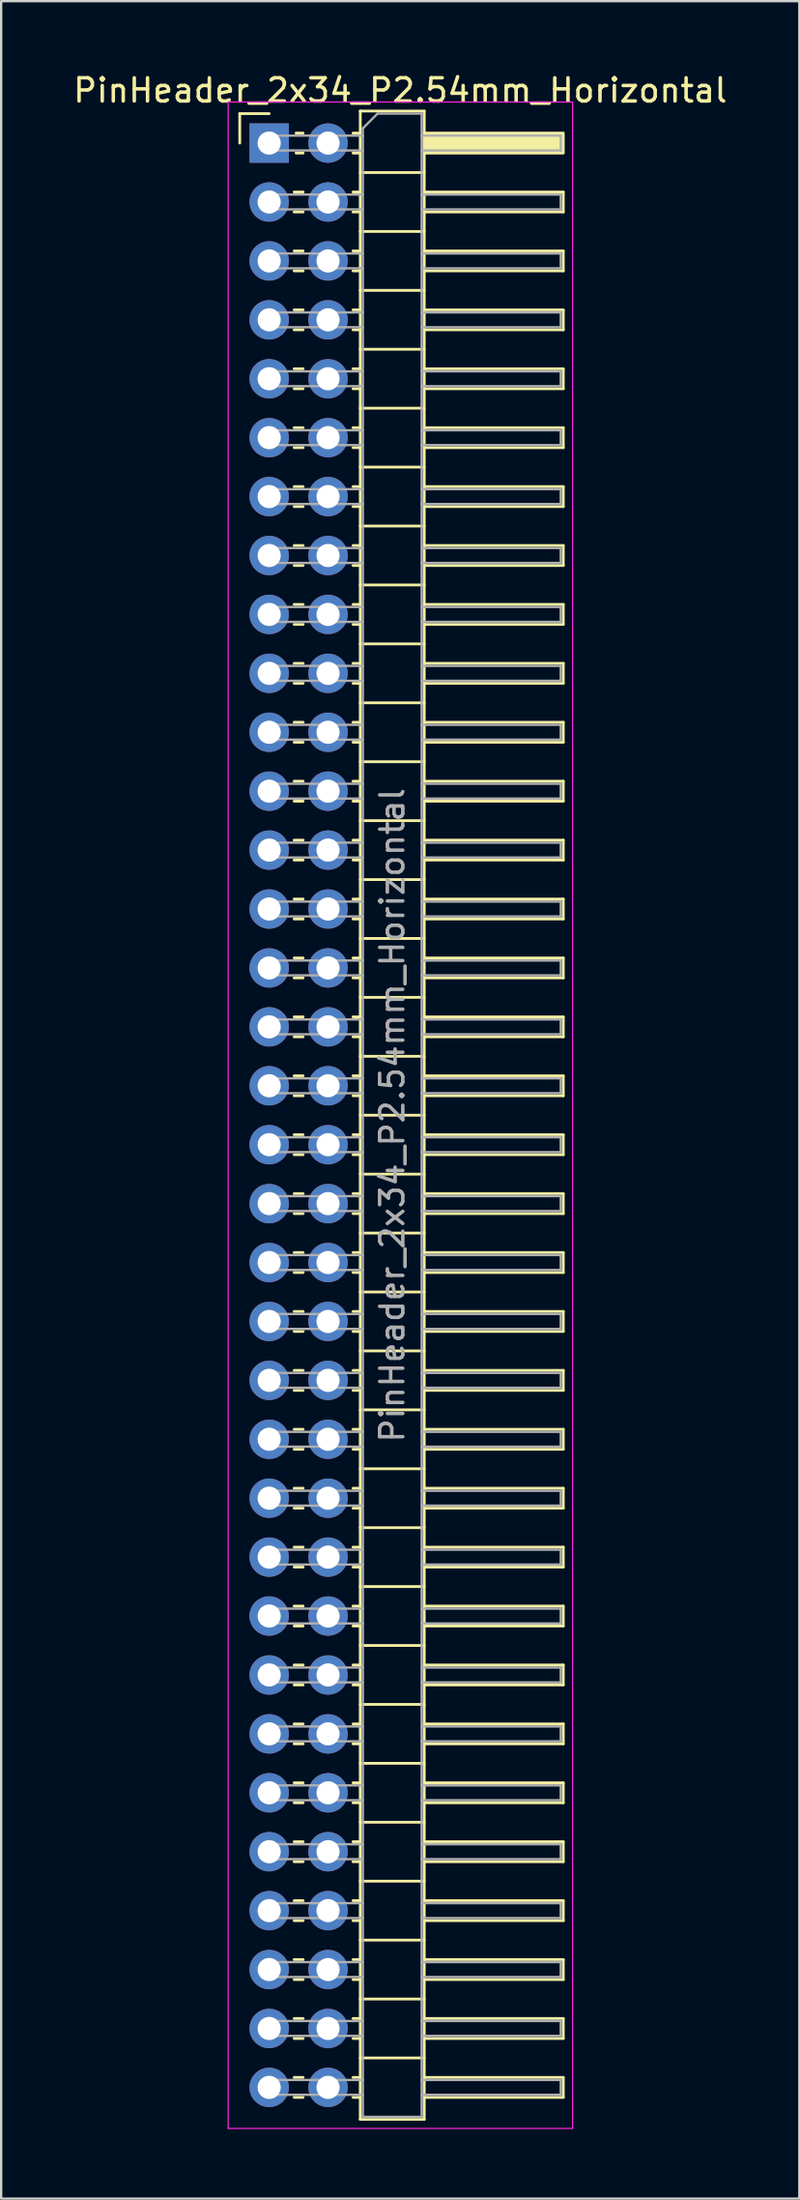
<source format=kicad_pcb>
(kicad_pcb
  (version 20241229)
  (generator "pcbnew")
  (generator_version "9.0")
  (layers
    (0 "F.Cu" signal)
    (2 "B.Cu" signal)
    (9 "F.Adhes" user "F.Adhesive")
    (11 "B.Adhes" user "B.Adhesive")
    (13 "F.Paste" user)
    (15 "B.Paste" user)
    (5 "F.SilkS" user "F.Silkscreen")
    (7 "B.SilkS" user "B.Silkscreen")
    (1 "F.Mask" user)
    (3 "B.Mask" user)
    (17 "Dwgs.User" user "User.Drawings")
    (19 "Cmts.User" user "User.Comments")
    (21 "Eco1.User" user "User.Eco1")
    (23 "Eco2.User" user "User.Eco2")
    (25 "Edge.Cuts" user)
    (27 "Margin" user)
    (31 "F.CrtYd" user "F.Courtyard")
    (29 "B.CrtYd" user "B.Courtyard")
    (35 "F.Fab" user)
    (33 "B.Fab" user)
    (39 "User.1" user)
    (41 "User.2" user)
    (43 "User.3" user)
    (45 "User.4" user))
  (footprint "PinHeader_2x34_P2.54mm_Horizontal"
    (layer "F.Cu")
    (at 8.565 3.118)
    (property "Reference" "PinHeader_2x34_P2.54mm_Horizontal" (at 5.655 -2.27 0) (layer "F.SilkS") (effects (font (size 1 1) (thickness 0.15))))
    (attr through_hole)
    (fp_line (start -1.27 -1.27) (end 0 -1.27) (stroke (width 0.12) (type solid)) (layer "F.SilkS"))
    (fp_line (start -1.27 0) (end -1.27 -1.27) (stroke (width 0.12) (type solid)) (layer "F.SilkS"))
    (fp_line (start 1.077 2.11) (end 1.463 2.11) (stroke (width 0.12) (type solid)) (layer "F.SilkS"))
    (fp_line (start 1.077 2.97) (end 1.463 2.97) (stroke (width 0.12) (type solid)) (layer "F.SilkS"))
    (fp_line (start 1.077 4.65) (end 1.463 4.65) (stroke (width 0.12) (type solid)) (layer "F.SilkS"))
    (fp_line (start 1.077 5.51) (end 1.463 5.51) (stroke (width 0.12) (type solid)) (layer "F.SilkS"))
    (fp_line (start 1.077 7.19) (end 1.463 7.19) (stroke (width 0.12) (type solid)) (layer "F.SilkS"))
    (fp_line (start 1.077 8.05) (end 1.463 8.05) (stroke (width 0.12) (type solid)) (layer "F.SilkS"))
    (fp_line (start 1.077 9.73) (end 1.463 9.73) (stroke (width 0.12) (type solid)) (layer "F.SilkS"))
    (fp_line (start 1.077 10.59) (end 1.463 10.59) (stroke (width 0.12) (type solid)) (layer "F.SilkS"))
    (fp_line (start 1.077 12.27) (end 1.463 12.27) (stroke (width 0.12) (type solid)) (layer "F.SilkS"))
    (fp_line (start 1.077 13.13) (end 1.463 13.13) (stroke (width 0.12) (type solid)) (layer "F.SilkS"))
    (fp_line (start 1.077 14.81) (end 1.463 14.81) (stroke (width 0.12) (type solid)) (layer "F.SilkS"))
    (fp_line (start 1.077 15.67) (end 1.463 15.67) (stroke (width 0.12) (type solid)) (layer "F.SilkS"))
    (fp_line (start 1.077 17.35) (end 1.463 17.35) (stroke (width 0.12) (type solid)) (layer "F.SilkS"))
    (fp_line (start 1.077 18.21) (end 1.463 18.21) (stroke (width 0.12) (type solid)) (layer "F.SilkS"))
    (fp_line (start 1.077 19.89) (end 1.463 19.89) (stroke (width 0.12) (type solid)) (layer "F.SilkS"))
    (fp_line (start 1.077 20.75) (end 1.463 20.75) (stroke (width 0.12) (type solid)) (layer "F.SilkS"))
    (fp_line (start 1.077 22.43) (end 1.463 22.43) (stroke (width 0.12) (type solid)) (layer "F.SilkS"))
    (fp_line (start 1.077 23.29) (end 1.463 23.29) (stroke (width 0.12) (type solid)) (layer "F.SilkS"))
    (fp_line (start 1.077 24.97) (end 1.463 24.97) (stroke (width 0.12) (type solid)) (layer "F.SilkS"))
    (fp_line (start 1.077 25.83) (end 1.463 25.83) (stroke (width 0.12) (type solid)) (layer "F.SilkS"))
    (fp_line (start 1.077 27.51) (end 1.463 27.51) (stroke (width 0.12) (type solid)) (layer "F.SilkS"))
    (fp_line (start 1.077 28.37) (end 1.463 28.37) (stroke (width 0.12) (type solid)) (layer "F.SilkS"))
    (fp_line (start 1.077 30.05) (end 1.463 30.05) (stroke (width 0.12) (type solid)) (layer "F.SilkS"))
    (fp_line (start 1.077 30.91) (end 1.463 30.91) (stroke (width 0.12) (type solid)) (layer "F.SilkS"))
    (fp_line (start 1.077 32.59) (end 1.463 32.59) (stroke (width 0.12) (type solid)) (layer "F.SilkS"))
    (fp_line (start 1.077 33.45) (end 1.463 33.45) (stroke (width 0.12) (type solid)) (layer "F.SilkS"))
    (fp_line (start 1.077 35.13) (end 1.463 35.13) (stroke (width 0.12) (type solid)) (layer "F.SilkS"))
    (fp_line (start 1.077 35.99) (end 1.463 35.99) (stroke (width 0.12) (type solid)) (layer "F.SilkS"))
    (fp_line (start 1.077 37.67) (end 1.463 37.67) (stroke (width 0.12) (type solid)) (layer "F.SilkS"))
    (fp_line (start 1.077 38.53) (end 1.463 38.53) (stroke (width 0.12) (type solid)) (layer "F.SilkS"))
    (fp_line (start 1.077 40.21) (end 1.463 40.21) (stroke (width 0.12) (type solid)) (layer "F.SilkS"))
    (fp_line (start 1.077 41.07) (end 1.463 41.07) (stroke (width 0.12) (type solid)) (layer "F.SilkS"))
    (fp_line (start 1.077 42.75) (end 1.463 42.75) (stroke (width 0.12) (type solid)) (layer "F.SilkS"))
    (fp_line (start 1.077 43.61) (end 1.463 43.61) (stroke (width 0.12) (type solid)) (layer "F.SilkS"))
    (fp_line (start 1.077 45.29) (end 1.463 45.29) (stroke (width 0.12) (type solid)) (layer "F.SilkS"))
    (fp_line (start 1.077 46.15) (end 1.463 46.15) (stroke (width 0.12) (type solid)) (layer "F.SilkS"))
    (fp_line (start 1.077 47.83) (end 1.463 47.83) (stroke (width 0.12) (type solid)) (layer "F.SilkS"))
    (fp_line (start 1.077 48.69) (end 1.463 48.69) (stroke (width 0.12) (type solid)) (layer "F.SilkS"))
    (fp_line (start 1.077 50.37) (end 1.463 50.37) (stroke (width 0.12) (type solid)) (layer "F.SilkS"))
    (fp_line (start 1.077 51.23) (end 1.463 51.23) (stroke (width 0.12) (type solid)) (layer "F.SilkS"))
    (fp_line (start 1.077 52.91) (end 1.463 52.91) (stroke (width 0.12) (type solid)) (layer "F.SilkS"))
    (fp_line (start 1.077 53.77) (end 1.463 53.77) (stroke (width 0.12) (type solid)) (layer "F.SilkS"))
    (fp_line (start 1.077 55.45) (end 1.463 55.45) (stroke (width 0.12) (type solid)) (layer "F.SilkS"))
    (fp_line (start 1.077 56.31) (end 1.463 56.31) (stroke (width 0.12) (type solid)) (layer "F.SilkS"))
    (fp_line (start 1.077 57.99) (end 1.463 57.99) (stroke (width 0.12) (type solid)) (layer "F.SilkS"))
    (fp_line (start 1.077 58.85) (end 1.463 58.85) (stroke (width 0.12) (type solid)) (layer "F.SilkS"))
    (fp_line (start 1.077 60.53) (end 1.463 60.53) (stroke (width 0.12) (type solid)) (layer "F.SilkS"))
    (fp_line (start 1.077 61.39) (end 1.463 61.39) (stroke (width 0.12) (type solid)) (layer "F.SilkS"))
    (fp_line (start 1.077 63.07) (end 1.463 63.07) (stroke (width 0.12) (type solid)) (layer "F.SilkS"))
    (fp_line (start 1.077 63.93) (end 1.463 63.93) (stroke (width 0.12) (type solid)) (layer "F.SilkS"))
    (fp_line (start 1.077 65.61) (end 1.463 65.61) (stroke (width 0.12) (type solid)) (layer "F.SilkS"))
    (fp_line (start 1.077 66.47) (end 1.463 66.47) (stroke (width 0.12) (type solid)) (layer "F.SilkS"))
    (fp_line (start 1.077 68.15) (end 1.463 68.15) (stroke (width 0.12) (type solid)) (layer "F.SilkS"))
    (fp_line (start 1.077 69.01) (end 1.463 69.01) (stroke (width 0.12) (type solid)) (layer "F.SilkS"))
    (fp_line (start 1.077 70.69) (end 1.463 70.69) (stroke (width 0.12) (type solid)) (layer "F.SilkS"))
    (fp_line (start 1.077 71.55) (end 1.463 71.55) (stroke (width 0.12) (type solid)) (layer "F.SilkS"))
    (fp_line (start 1.077 73.23) (end 1.463 73.23) (stroke (width 0.12) (type solid)) (layer "F.SilkS"))
    (fp_line (start 1.077 74.09) (end 1.463 74.09) (stroke (width 0.12) (type solid)) (layer "F.SilkS"))
    (fp_line (start 1.077 75.77) (end 1.463 75.77) (stroke (width 0.12) (type solid)) (layer "F.SilkS"))
    (fp_line (start 1.077 76.63) (end 1.463 76.63) (stroke (width 0.12) (type solid)) (layer "F.SilkS"))
    (fp_line (start 1.077 78.31) (end 1.463 78.31) (stroke (width 0.12) (type solid)) (layer "F.SilkS"))
    (fp_line (start 1.077 79.17) (end 1.463 79.17) (stroke (width 0.12) (type solid)) (layer "F.SilkS"))
    (fp_line (start 1.077 80.85) (end 1.463 80.85) (stroke (width 0.12) (type solid)) (layer "F.SilkS"))
    (fp_line (start 1.077 81.71) (end 1.463 81.71) (stroke (width 0.12) (type solid)) (layer "F.SilkS"))
    (fp_line (start 1.077 83.39) (end 1.463 83.39) (stroke (width 0.12) (type solid)) (layer "F.SilkS"))
    (fp_line (start 1.077 84.25) (end 1.463 84.25) (stroke (width 0.12) (type solid)) (layer "F.SilkS"))
    (fp_line (start 1.16 -0.43) (end 1.463 -0.43) (stroke (width 0.12) (type solid)) (layer "F.SilkS"))
    (fp_line (start 1.16 0.43) (end 1.463 0.43) (stroke (width 0.12) (type solid)) (layer "F.SilkS"))
    (fp_line (start 3.617 -0.43) (end 3.93 -0.43) (stroke (width 0.12) (type solid)) (layer "F.SilkS"))
    (fp_line (start 3.617 0.43) (end 3.93 0.43) (stroke (width 0.12) (type solid)) (layer "F.SilkS"))
    (fp_line (start 3.617 2.11) (end 3.93 2.11) (stroke (width 0.12) (type solid)) (layer "F.SilkS"))
    (fp_line (start 3.617 2.97) (end 3.93 2.97) (stroke (width 0.12) (type solid)) (layer "F.SilkS"))
    (fp_line (start 3.617 4.65) (end 3.93 4.65) (stroke (width 0.12) (type solid)) (layer "F.SilkS"))
    (fp_line (start 3.617 5.51) (end 3.93 5.51) (stroke (width 0.12) (type solid)) (layer "F.SilkS"))
    (fp_line (start 3.617 7.19) (end 3.93 7.19) (stroke (width 0.12) (type solid)) (layer "F.SilkS"))
    (fp_line (start 3.617 8.05) (end 3.93 8.05) (stroke (width 0.12) (type solid)) (layer "F.SilkS"))
    (fp_line (start 3.617 9.73) (end 3.93 9.73) (stroke (width 0.12) (type solid)) (layer "F.SilkS"))
    (fp_line (start 3.617 10.59) (end 3.93 10.59) (stroke (width 0.12) (type solid)) (layer "F.SilkS"))
    (fp_line (start 3.617 12.27) (end 3.93 12.27) (stroke (width 0.12) (type solid)) (layer "F.SilkS"))
    (fp_line (start 3.617 13.13) (end 3.93 13.13) (stroke (width 0.12) (type solid)) (layer "F.SilkS"))
    (fp_line (start 3.617 14.81) (end 3.93 14.81) (stroke (width 0.12) (type solid)) (layer "F.SilkS"))
    (fp_line (start 3.617 15.67) (end 3.93 15.67) (stroke (width 0.12) (type solid)) (layer "F.SilkS"))
    (fp_line (start 3.617 17.35) (end 3.93 17.35) (stroke (width 0.12) (type solid)) (layer "F.SilkS"))
    (fp_line (start 3.617 18.21) (end 3.93 18.21) (stroke (width 0.12) (type solid)) (layer "F.SilkS"))
    (fp_line (start 3.617 19.89) (end 3.93 19.89) (stroke (width 0.12) (type solid)) (layer "F.SilkS"))
    (fp_line (start 3.617 20.75) (end 3.93 20.75) (stroke (width 0.12) (type solid)) (layer "F.SilkS"))
    (fp_line (start 3.617 22.43) (end 3.93 22.43) (stroke (width 0.12) (type solid)) (layer "F.SilkS"))
    (fp_line (start 3.617 23.29) (end 3.93 23.29) (stroke (width 0.12) (type solid)) (layer "F.SilkS"))
    (fp_line (start 3.617 24.97) (end 3.93 24.97) (stroke (width 0.12) (type solid)) (layer "F.SilkS"))
    (fp_line (start 3.617 25.83) (end 3.93 25.83) (stroke (width 0.12) (type solid)) (layer "F.SilkS"))
    (fp_line (start 3.617 27.51) (end 3.93 27.51) (stroke (width 0.12) (type solid)) (layer "F.SilkS"))
    (fp_line (start 3.617 28.37) (end 3.93 28.37) (stroke (width 0.12) (type solid)) (layer "F.SilkS"))
    (fp_line (start 3.617 30.05) (end 3.93 30.05) (stroke (width 0.12) (type solid)) (layer "F.SilkS"))
    (fp_line (start 3.617 30.91) (end 3.93 30.91) (stroke (width 0.12) (type solid)) (layer "F.SilkS"))
    (fp_line (start 3.617 32.59) (end 3.93 32.59) (stroke (width 0.12) (type solid)) (layer "F.SilkS"))
    (fp_line (start 3.617 33.45) (end 3.93 33.45) (stroke (width 0.12) (type solid)) (layer "F.SilkS"))
    (fp_line (start 3.617 35.13) (end 3.93 35.13) (stroke (width 0.12) (type solid)) (layer "F.SilkS"))
    (fp_line (start 3.617 35.99) (end 3.93 35.99) (stroke (width 0.12) (type solid)) (layer "F.SilkS"))
    (fp_line (start 3.617 37.67) (end 3.93 37.67) (stroke (width 0.12) (type solid)) (layer "F.SilkS"))
    (fp_line (start 3.617 38.53) (end 3.93 38.53) (stroke (width 0.12) (type solid)) (layer "F.SilkS"))
    (fp_line (start 3.617 40.21) (end 3.93 40.21) (stroke (width 0.12) (type solid)) (layer "F.SilkS"))
    (fp_line (start 3.617 41.07) (end 3.93 41.07) (stroke (width 0.12) (type solid)) (layer "F.SilkS"))
    (fp_line (start 3.617 42.75) (end 3.93 42.75) (stroke (width 0.12) (type solid)) (layer "F.SilkS"))
    (fp_line (start 3.617 43.61) (end 3.93 43.61) (stroke (width 0.12) (type solid)) (layer "F.SilkS"))
    (fp_line (start 3.617 45.29) (end 3.93 45.29) (stroke (width 0.12) (type solid)) (layer "F.SilkS"))
    (fp_line (start 3.617 46.15) (end 3.93 46.15) (stroke (width 0.12) (type solid)) (layer "F.SilkS"))
    (fp_line (start 3.617 47.83) (end 3.93 47.83) (stroke (width 0.12) (type solid)) (layer "F.SilkS"))
    (fp_line (start 3.617 48.69) (end 3.93 48.69) (stroke (width 0.12) (type solid)) (layer "F.SilkS"))
    (fp_line (start 3.617 50.37) (end 3.93 50.37) (stroke (width 0.12) (type solid)) (layer "F.SilkS"))
    (fp_line (start 3.617 51.23) (end 3.93 51.23) (stroke (width 0.12) (type solid)) (layer "F.SilkS"))
    (fp_line (start 3.617 52.91) (end 3.93 52.91) (stroke (width 0.12) (type solid)) (layer "F.SilkS"))
    (fp_line (start 3.617 53.77) (end 3.93 53.77) (stroke (width 0.12) (type solid)) (layer "F.SilkS"))
    (fp_line (start 3.617 55.45) (end 3.93 55.45) (stroke (width 0.12) (type solid)) (layer "F.SilkS"))
    (fp_line (start 3.617 56.31) (end 3.93 56.31) (stroke (width 0.12) (type solid)) (layer "F.SilkS"))
    (fp_line (start 3.617 57.99) (end 3.93 57.99) (stroke (width 0.12) (type solid)) (layer "F.SilkS"))
    (fp_line (start 3.617 58.85) (end 3.93 58.85) (stroke (width 0.12) (type solid)) (layer "F.SilkS"))
    (fp_line (start 3.617 60.53) (end 3.93 60.53) (stroke (width 0.12) (type solid)) (layer "F.SilkS"))
    (fp_line (start 3.617 61.39) (end 3.93 61.39) (stroke (width 0.12) (type solid)) (layer "F.SilkS"))
    (fp_line (start 3.617 63.07) (end 3.93 63.07) (stroke (width 0.12) (type solid)) (layer "F.SilkS"))
    (fp_line (start 3.617 63.93) (end 3.93 63.93) (stroke (width 0.12) (type solid)) (layer "F.SilkS"))
    (fp_line (start 3.617 65.61) (end 3.93 65.61) (stroke (width 0.12) (type solid)) (layer "F.SilkS"))
    (fp_line (start 3.617 66.47) (end 3.93 66.47) (stroke (width 0.12) (type solid)) (layer "F.SilkS"))
    (fp_line (start 3.617 68.15) (end 3.93 68.15) (stroke (width 0.12) (type solid)) (layer "F.SilkS"))
    (fp_line (start 3.617 69.01) (end 3.93 69.01) (stroke (width 0.12) (type solid)) (layer "F.SilkS"))
    (fp_line (start 3.617 70.69) (end 3.93 70.69) (stroke (width 0.12) (type solid)) (layer "F.SilkS"))
    (fp_line (start 3.617 71.55) (end 3.93 71.55) (stroke (width 0.12) (type solid)) (layer "F.SilkS"))
    (fp_line (start 3.617 73.23) (end 3.93 73.23) (stroke (width 0.12) (type solid)) (layer "F.SilkS"))
    (fp_line (start 3.617 74.09) (end 3.93 74.09) (stroke (width 0.12) (type solid)) (layer "F.SilkS"))
    (fp_line (start 3.617 75.77) (end 3.93 75.77) (stroke (width 0.12) (type solid)) (layer "F.SilkS"))
    (fp_line (start 3.617 76.63) (end 3.93 76.63) (stroke (width 0.12) (type solid)) (layer "F.SilkS"))
    (fp_line (start 3.617 78.31) (end 3.93 78.31) (stroke (width 0.12) (type solid)) (layer "F.SilkS"))
    (fp_line (start 3.617 79.17) (end 3.93 79.17) (stroke (width 0.12) (type solid)) (layer "F.SilkS"))
    (fp_line (start 3.617 80.85) (end 3.93 80.85) (stroke (width 0.12) (type solid)) (layer "F.SilkS"))
    (fp_line (start 3.617 81.71) (end 3.93 81.71) (stroke (width 0.12) (type solid)) (layer "F.SilkS"))
    (fp_line (start 3.617 83.39) (end 3.93 83.39) (stroke (width 0.12) (type solid)) (layer "F.SilkS"))
    (fp_line (start 3.617 84.25) (end 3.93 84.25) (stroke (width 0.12) (type solid)) (layer "F.SilkS"))
    (fp_line (start 3.93 -1.38) (end 3.93 85.2) (stroke (width 0.12) (type solid)) (layer "F.SilkS"))
    (fp_line (start 3.93 1.27) (end 6.69 1.27) (stroke (width 0.12) (type solid)) (layer "F.SilkS"))
    (fp_line (start 3.93 3.81) (end 6.69 3.81) (stroke (width 0.12) (type solid)) (layer "F.SilkS"))
    (fp_line (start 3.93 6.35) (end 6.69 6.35) (stroke (width 0.12) (type solid)) (layer "F.SilkS"))
    (fp_line (start 3.93 8.89) (end 6.69 8.89) (stroke (width 0.12) (type solid)) (layer "F.SilkS"))
    (fp_line (start 3.93 11.43) (end 6.69 11.43) (stroke (width 0.12) (type solid)) (layer "F.SilkS"))
    (fp_line (start 3.93 13.97) (end 6.69 13.97) (stroke (width 0.12) (type solid)) (layer "F.SilkS"))
    (fp_line (start 3.93 16.51) (end 6.69 16.51) (stroke (width 0.12) (type solid)) (layer "F.SilkS"))
    (fp_line (start 3.93 19.05) (end 6.69 19.05) (stroke (width 0.12) (type solid)) (layer "F.SilkS"))
    (fp_line (start 3.93 21.59) (end 6.69 21.59) (stroke (width 0.12) (type solid)) (layer "F.SilkS"))
    (fp_line (start 3.93 24.13) (end 6.69 24.13) (stroke (width 0.12) (type solid)) (layer "F.SilkS"))
    (fp_line (start 3.93 26.67) (end 6.69 26.67) (stroke (width 0.12) (type solid)) (layer "F.SilkS"))
    (fp_line (start 3.93 29.21) (end 6.69 29.21) (stroke (width 0.12) (type solid)) (layer "F.SilkS"))
    (fp_line (start 3.93 31.75) (end 6.69 31.75) (stroke (width 0.12) (type solid)) (layer "F.SilkS"))
    (fp_line (start 3.93 34.29) (end 6.69 34.29) (stroke (width 0.12) (type solid)) (layer "F.SilkS"))
    (fp_line (start 3.93 36.83) (end 6.69 36.83) (stroke (width 0.12) (type solid)) (layer "F.SilkS"))
    (fp_line (start 3.93 39.37) (end 6.69 39.37) (stroke (width 0.12) (type solid)) (layer "F.SilkS"))
    (fp_line (start 3.93 41.91) (end 6.69 41.91) (stroke (width 0.12) (type solid)) (layer "F.SilkS"))
    (fp_line (start 3.93 44.45) (end 6.69 44.45) (stroke (width 0.12) (type solid)) (layer "F.SilkS"))
    (fp_line (start 3.93 46.99) (end 6.69 46.99) (stroke (width 0.12) (type solid)) (layer "F.SilkS"))
    (fp_line (start 3.93 49.53) (end 6.69 49.53) (stroke (width 0.12) (type solid)) (layer "F.SilkS"))
    (fp_line (start 3.93 52.07) (end 6.69 52.07) (stroke (width 0.12) (type solid)) (layer "F.SilkS"))
    (fp_line (start 3.93 54.61) (end 6.69 54.61) (stroke (width 0.12) (type solid)) (layer "F.SilkS"))
    (fp_line (start 3.93 57.15) (end 6.69 57.15) (stroke (width 0.12) (type solid)) (layer "F.SilkS"))
    (fp_line (start 3.93 59.69) (end 6.69 59.69) (stroke (width 0.12) (type solid)) (layer "F.SilkS"))
    (fp_line (start 3.93 62.23) (end 6.69 62.23) (stroke (width 0.12) (type solid)) (layer "F.SilkS"))
    (fp_line (start 3.93 64.77) (end 6.69 64.77) (stroke (width 0.12) (type solid)) (layer "F.SilkS"))
    (fp_line (start 3.93 67.31) (end 6.69 67.31) (stroke (width 0.12) (type solid)) (layer "F.SilkS"))
    (fp_line (start 3.93 69.85) (end 6.69 69.85) (stroke (width 0.12) (type solid)) (layer "F.SilkS"))
    (fp_line (start 3.93 72.39) (end 6.69 72.39) (stroke (width 0.12) (type solid)) (layer "F.SilkS"))
    (fp_line (start 3.93 74.93) (end 6.69 74.93) (stroke (width 0.12) (type solid)) (layer "F.SilkS"))
    (fp_line (start 3.93 77.47) (end 6.69 77.47) (stroke (width 0.12) (type solid)) (layer "F.SilkS"))
    (fp_line (start 3.93 80.01) (end 6.69 80.01) (stroke (width 0.12) (type solid)) (layer "F.SilkS"))
    (fp_line (start 3.93 82.55) (end 6.69 82.55) (stroke (width 0.12) (type solid)) (layer "F.SilkS"))
    (fp_line (start 3.93 85.2) (end 6.69 85.2) (stroke (width 0.12) (type solid)) (layer "F.SilkS"))
    (fp_line (start 6.69 -1.38) (end 3.93 -1.38) (stroke (width 0.12) (type solid)) (layer "F.SilkS"))
    (fp_line (start 6.69 2.11) (end 12.69 2.11) (stroke (width 0.12) (type solid)) (layer "F.SilkS"))
    (fp_line (start 6.69 4.65) (end 12.69 4.65) (stroke (width 0.12) (type solid)) (layer "F.SilkS"))
    (fp_line (start 6.69 7.19) (end 12.69 7.19) (stroke (width 0.12) (type solid)) (layer "F.SilkS"))
    (fp_line (start 6.69 9.73) (end 12.69 9.73) (stroke (width 0.12) (type solid)) (layer "F.SilkS"))
    (fp_line (start 6.69 12.27) (end 12.69 12.27) (stroke (width 0.12) (type solid)) (layer "F.SilkS"))
    (fp_line (start 6.69 14.81) (end 12.69 14.81) (stroke (width 0.12) (type solid)) (layer "F.SilkS"))
    (fp_line (start 6.69 17.35) (end 12.69 17.35) (stroke (width 0.12) (type solid)) (layer "F.SilkS"))
    (fp_line (start 6.69 19.89) (end 12.69 19.89) (stroke (width 0.12) (type solid)) (layer "F.SilkS"))
    (fp_line (start 6.69 22.43) (end 12.69 22.43) (stroke (width 0.12) (type solid)) (layer "F.SilkS"))
    (fp_line (start 6.69 24.97) (end 12.69 24.97) (stroke (width 0.12) (type solid)) (layer "F.SilkS"))
    (fp_line (start 6.69 27.51) (end 12.69 27.51) (stroke (width 0.12) (type solid)) (layer "F.SilkS"))
    (fp_line (start 6.69 30.05) (end 12.69 30.05) (stroke (width 0.12) (type solid)) (layer "F.SilkS"))
    (fp_line (start 6.69 32.59) (end 12.69 32.59) (stroke (width 0.12) (type solid)) (layer "F.SilkS"))
    (fp_line (start 6.69 35.13) (end 12.69 35.13) (stroke (width 0.12) (type solid)) (layer "F.SilkS"))
    (fp_line (start 6.69 37.67) (end 12.69 37.67) (stroke (width 0.12) (type solid)) (layer "F.SilkS"))
    (fp_line (start 6.69 40.21) (end 12.69 40.21) (stroke (width 0.12) (type solid)) (layer "F.SilkS"))
    (fp_line (start 6.69 42.75) (end 12.69 42.75) (stroke (width 0.12) (type solid)) (layer "F.SilkS"))
    (fp_line (start 6.69 45.29) (end 12.69 45.29) (stroke (width 0.12) (type solid)) (layer "F.SilkS"))
    (fp_line (start 6.69 47.83) (end 12.69 47.83) (stroke (width 0.12) (type solid)) (layer "F.SilkS"))
    (fp_line (start 6.69 50.37) (end 12.69 50.37) (stroke (width 0.12) (type solid)) (layer "F.SilkS"))
    (fp_line (start 6.69 52.91) (end 12.69 52.91) (stroke (width 0.12) (type solid)) (layer "F.SilkS"))
    (fp_line (start 6.69 55.45) (end 12.69 55.45) (stroke (width 0.12) (type solid)) (layer "F.SilkS"))
    (fp_line (start 6.69 57.99) (end 12.69 57.99) (stroke (width 0.12) (type solid)) (layer "F.SilkS"))
    (fp_line (start 6.69 60.53) (end 12.69 60.53) (stroke (width 0.12) (type solid)) (layer "F.SilkS"))
    (fp_line (start 6.69 63.07) (end 12.69 63.07) (stroke (width 0.12) (type solid)) (layer "F.SilkS"))
    (fp_line (start 6.69 65.61) (end 12.69 65.61) (stroke (width 0.12) (type solid)) (layer "F.SilkS"))
    (fp_line (start 6.69 68.15) (end 12.69 68.15) (stroke (width 0.12) (type solid)) (layer "F.SilkS"))
    (fp_line (start 6.69 70.69) (end 12.69 70.69) (stroke (width 0.12) (type solid)) (layer "F.SilkS"))
    (fp_line (start 6.69 73.23) (end 12.69 73.23) (stroke (width 0.12) (type solid)) (layer "F.SilkS"))
    (fp_line (start 6.69 75.77) (end 12.69 75.77) (stroke (width 0.12) (type solid)) (layer "F.SilkS"))
    (fp_line (start 6.69 78.31) (end 12.69 78.31) (stroke (width 0.12) (type solid)) (layer "F.SilkS"))
    (fp_line (start 6.69 80.85) (end 12.69 80.85) (stroke (width 0.12) (type solid)) (layer "F.SilkS"))
    (fp_line (start 6.69 83.39) (end 12.69 83.39) (stroke (width 0.12) (type solid)) (layer "F.SilkS"))
    (fp_line (start 6.69 85.2) (end 6.69 -1.38) (stroke (width 0.12) (type solid)) (layer "F.SilkS"))
    (fp_line (start 12.69 2.11) (end 12.69 2.97) (stroke (width 0.12) (type solid)) (layer "F.SilkS"))
    (fp_line (start 12.69 2.97) (end 6.69 2.97) (stroke (width 0.12) (type solid)) (layer "F.SilkS"))
    (fp_line (start 12.69 4.65) (end 12.69 5.51) (stroke (width 0.12) (type solid)) (layer "F.SilkS"))
    (fp_line (start 12.69 5.51) (end 6.69 5.51) (stroke (width 0.12) (type solid)) (layer "F.SilkS"))
    (fp_line (start 12.69 7.19) (end 12.69 8.05) (stroke (width 0.12) (type solid)) (layer "F.SilkS"))
    (fp_line (start 12.69 8.05) (end 6.69 8.05) (stroke (width 0.12) (type solid)) (layer "F.SilkS"))
    (fp_line (start 12.69 9.73) (end 12.69 10.59) (stroke (width 0.12) (type solid)) (layer "F.SilkS"))
    (fp_line (start 12.69 10.59) (end 6.69 10.59) (stroke (width 0.12) (type solid)) (layer "F.SilkS"))
    (fp_line (start 12.69 12.27) (end 12.69 13.13) (stroke (width 0.12) (type solid)) (layer "F.SilkS"))
    (fp_line (start 12.69 13.13) (end 6.69 13.13) (stroke (width 0.12) (type solid)) (layer "F.SilkS"))
    (fp_line (start 12.69 14.81) (end 12.69 15.67) (stroke (width 0.12) (type solid)) (layer "F.SilkS"))
    (fp_line (start 12.69 15.67) (end 6.69 15.67) (stroke (width 0.12) (type solid)) (layer "F.SilkS"))
    (fp_line (start 12.69 17.35) (end 12.69 18.21) (stroke (width 0.12) (type solid)) (layer "F.SilkS"))
    (fp_line (start 12.69 18.21) (end 6.69 18.21) (stroke (width 0.12) (type solid)) (layer "F.SilkS"))
    (fp_line (start 12.69 19.89) (end 12.69 20.75) (stroke (width 0.12) (type solid)) (layer "F.SilkS"))
    (fp_line (start 12.69 20.75) (end 6.69 20.75) (stroke (width 0.12) (type solid)) (layer "F.SilkS"))
    (fp_line (start 12.69 22.43) (end 12.69 23.29) (stroke (width 0.12) (type solid)) (layer "F.SilkS"))
    (fp_line (start 12.69 23.29) (end 6.69 23.29) (stroke (width 0.12) (type solid)) (layer "F.SilkS"))
    (fp_line (start 12.69 24.97) (end 12.69 25.83) (stroke (width 0.12) (type solid)) (layer "F.SilkS"))
    (fp_line (start 12.69 25.83) (end 6.69 25.83) (stroke (width 0.12) (type solid)) (layer "F.SilkS"))
    (fp_line (start 12.69 27.51) (end 12.69 28.37) (stroke (width 0.12) (type solid)) (layer "F.SilkS"))
    (fp_line (start 12.69 28.37) (end 6.69 28.37) (stroke (width 0.12) (type solid)) (layer "F.SilkS"))
    (fp_line (start 12.69 30.05) (end 12.69 30.91) (stroke (width 0.12) (type solid)) (layer "F.SilkS"))
    (fp_line (start 12.69 30.91) (end 6.69 30.91) (stroke (width 0.12) (type solid)) (layer "F.SilkS"))
    (fp_line (start 12.69 32.59) (end 12.69 33.45) (stroke (width 0.12) (type solid)) (layer "F.SilkS"))
    (fp_line (start 12.69 33.45) (end 6.69 33.45) (stroke (width 0.12) (type solid)) (layer "F.SilkS"))
    (fp_line (start 12.69 35.13) (end 12.69 35.99) (stroke (width 0.12) (type solid)) (layer "F.SilkS"))
    (fp_line (start 12.69 35.99) (end 6.69 35.99) (stroke (width 0.12) (type solid)) (layer "F.SilkS"))
    (fp_line (start 12.69 37.67) (end 12.69 38.53) (stroke (width 0.12) (type solid)) (layer "F.SilkS"))
    (fp_line (start 12.69 38.53) (end 6.69 38.53) (stroke (width 0.12) (type solid)) (layer "F.SilkS"))
    (fp_line (start 12.69 40.21) (end 12.69 41.07) (stroke (width 0.12) (type solid)) (layer "F.SilkS"))
    (fp_line (start 12.69 41.07) (end 6.69 41.07) (stroke (width 0.12) (type solid)) (layer "F.SilkS"))
    (fp_line (start 12.69 42.75) (end 12.69 43.61) (stroke (width 0.12) (type solid)) (layer "F.SilkS"))
    (fp_line (start 12.69 43.61) (end 6.69 43.61) (stroke (width 0.12) (type solid)) (layer "F.SilkS"))
    (fp_line (start 12.69 45.29) (end 12.69 46.15) (stroke (width 0.12) (type solid)) (layer "F.SilkS"))
    (fp_line (start 12.69 46.15) (end 6.69 46.15) (stroke (width 0.12) (type solid)) (layer "F.SilkS"))
    (fp_line (start 12.69 47.83) (end 12.69 48.69) (stroke (width 0.12) (type solid)) (layer "F.SilkS"))
    (fp_line (start 12.69 48.69) (end 6.69 48.69) (stroke (width 0.12) (type solid)) (layer "F.SilkS"))
    (fp_line (start 12.69 50.37) (end 12.69 51.23) (stroke (width 0.12) (type solid)) (layer "F.SilkS"))
    (fp_line (start 12.69 51.23) (end 6.69 51.23) (stroke (width 0.12) (type solid)) (layer "F.SilkS"))
    (fp_line (start 12.69 52.91) (end 12.69 53.77) (stroke (width 0.12) (type solid)) (layer "F.SilkS"))
    (fp_line (start 12.69 53.77) (end 6.69 53.77) (stroke (width 0.12) (type solid)) (layer "F.SilkS"))
    (fp_line (start 12.69 55.45) (end 12.69 56.31) (stroke (width 0.12) (type solid)) (layer "F.SilkS"))
    (fp_line (start 12.69 56.31) (end 6.69 56.31) (stroke (width 0.12) (type solid)) (layer "F.SilkS"))
    (fp_line (start 12.69 57.99) (end 12.69 58.85) (stroke (width 0.12) (type solid)) (layer "F.SilkS"))
    (fp_line (start 12.69 58.85) (end 6.69 58.85) (stroke (width 0.12) (type solid)) (layer "F.SilkS"))
    (fp_line (start 12.69 60.53) (end 12.69 61.39) (stroke (width 0.12) (type solid)) (layer "F.SilkS"))
    (fp_line (start 12.69 61.39) (end 6.69 61.39) (stroke (width 0.12) (type solid)) (layer "F.SilkS"))
    (fp_line (start 12.69 63.07) (end 12.69 63.93) (stroke (width 0.12) (type solid)) (layer "F.SilkS"))
    (fp_line (start 12.69 63.93) (end 6.69 63.93) (stroke (width 0.12) (type solid)) (layer "F.SilkS"))
    (fp_line (start 12.69 65.61) (end 12.69 66.47) (stroke (width 0.12) (type solid)) (layer "F.SilkS"))
    (fp_line (start 12.69 66.47) (end 6.69 66.47) (stroke (width 0.12) (type solid)) (layer "F.SilkS"))
    (fp_line (start 12.69 68.15) (end 12.69 69.01) (stroke (width 0.12) (type solid)) (layer "F.SilkS"))
    (fp_line (start 12.69 69.01) (end 6.69 69.01) (stroke (width 0.12) (type solid)) (layer "F.SilkS"))
    (fp_line (start 12.69 70.69) (end 12.69 71.55) (stroke (width 0.12) (type solid)) (layer "F.SilkS"))
    (fp_line (start 12.69 71.55) (end 6.69 71.55) (stroke (width 0.12) (type solid)) (layer "F.SilkS"))
    (fp_line (start 12.69 73.23) (end 12.69 74.09) (stroke (width 0.12) (type solid)) (layer "F.SilkS"))
    (fp_line (start 12.69 74.09) (end 6.69 74.09) (stroke (width 0.12) (type solid)) (layer "F.SilkS"))
    (fp_line (start 12.69 75.77) (end 12.69 76.63) (stroke (width 0.12) (type solid)) (layer "F.SilkS"))
    (fp_line (start 12.69 76.63) (end 6.69 76.63) (stroke (width 0.12) (type solid)) (layer "F.SilkS"))
    (fp_line (start 12.69 78.31) (end 12.69 79.17) (stroke (width 0.12) (type solid)) (layer "F.SilkS"))
    (fp_line (start 12.69 79.17) (end 6.69 79.17) (stroke (width 0.12) (type solid)) (layer "F.SilkS"))
    (fp_line (start 12.69 80.85) (end 12.69 81.71) (stroke (width 0.12) (type solid)) (layer "F.SilkS"))
    (fp_line (start 12.69 81.71) (end 6.69 81.71) (stroke (width 0.12) (type solid)) (layer "F.SilkS"))
    (fp_line (start 12.69 83.39) (end 12.69 84.25) (stroke (width 0.12) (type solid)) (layer "F.SilkS"))
    (fp_line (start 12.69 84.25) (end 6.69 84.25) (stroke (width 0.12) (type solid)) (layer "F.SilkS"))
    (fp_rect (start 6.69 -0.43) (end 12.69 0.43) (stroke (width 0.12) (type solid)) (fill yes) (layer "F.SilkS"))
    (fp_line (start -1.77 -1.77) (end -1.77 85.59) (stroke (width 0.05) (type solid)) (layer "F.CrtYd"))
    (fp_line (start -1.77 85.59) (end 13.09 85.59) (stroke (width 0.05) (type solid)) (layer "F.CrtYd"))
    (fp_line (start 13.09 -1.77) (end -1.77 -1.77) (stroke (width 0.05) (type solid)) (layer "F.CrtYd"))
    (fp_line (start 13.09 85.59) (end 13.09 -1.77) (stroke (width 0.05) (type solid)) (layer "F.CrtYd"))
    (fp_line (start -0.32 -0.32) (end -0.32 0.32) (stroke (width 0.1) (type solid)) (layer "F.Fab"))
    (fp_line (start -0.32 -0.32) (end 4.04 -0.32) (stroke (width 0.1) (type solid)) (layer "F.Fab"))
    (fp_line (start -0.32 0.32) (end 4.04 0.32) (stroke (width 0.1) (type solid)) (layer "F.Fab"))
    (fp_line (start -0.32 2.22) (end -0.32 2.86) (stroke (width 0.1) (type solid)) (layer "F.Fab"))
    (fp_line (start -0.32 2.22) (end 4.04 2.22) (stroke (width 0.1) (type solid)) (layer "F.Fab"))
    (fp_line (start -0.32 2.86) (end 4.04 2.86) (stroke (width 0.1) (type solid)) (layer "F.Fab"))
    (fp_line (start -0.32 4.76) (end -0.32 5.4) (stroke (width 0.1) (type solid)) (layer "F.Fab"))
    (fp_line (start -0.32 4.76) (end 4.04 4.76) (stroke (width 0.1) (type solid)) (layer "F.Fab"))
    (fp_line (start -0.32 5.4) (end 4.04 5.4) (stroke (width 0.1) (type solid)) (layer "F.Fab"))
    (fp_line (start -0.32 7.3) (end -0.32 7.94) (stroke (width 0.1) (type solid)) (layer "F.Fab"))
    (fp_line (start -0.32 7.3) (end 4.04 7.3) (stroke (width 0.1) (type solid)) (layer "F.Fab"))
    (fp_line (start -0.32 7.94) (end 4.04 7.94) (stroke (width 0.1) (type solid)) (layer "F.Fab"))
    (fp_line (start -0.32 9.84) (end -0.32 10.48) (stroke (width 0.1) (type solid)) (layer "F.Fab"))
    (fp_line (start -0.32 9.84) (end 4.04 9.84) (stroke (width 0.1) (type solid)) (layer "F.Fab"))
    (fp_line (start -0.32 10.48) (end 4.04 10.48) (stroke (width 0.1) (type solid)) (layer "F.Fab"))
    (fp_line (start -0.32 12.38) (end -0.32 13.02) (stroke (width 0.1) (type solid)) (layer "F.Fab"))
    (fp_line (start -0.32 12.38) (end 4.04 12.38) (stroke (width 0.1) (type solid)) (layer "F.Fab"))
    (fp_line (start -0.32 13.02) (end 4.04 13.02) (stroke (width 0.1) (type solid)) (layer "F.Fab"))
    (fp_line (start -0.32 14.92) (end -0.32 15.56) (stroke (width 0.1) (type solid)) (layer "F.Fab"))
    (fp_line (start -0.32 14.92) (end 4.04 14.92) (stroke (width 0.1) (type solid)) (layer "F.Fab"))
    (fp_line (start -0.32 15.56) (end 4.04 15.56) (stroke (width 0.1) (type solid)) (layer "F.Fab"))
    (fp_line (start -0.32 17.46) (end -0.32 18.1) (stroke (width 0.1) (type solid)) (layer "F.Fab"))
    (fp_line (start -0.32 17.46) (end 4.04 17.46) (stroke (width 0.1) (type solid)) (layer "F.Fab"))
    (fp_line (start -0.32 18.1) (end 4.04 18.1) (stroke (width 0.1) (type solid)) (layer "F.Fab"))
    (fp_line (start -0.32 20) (end -0.32 20.64) (stroke (width 0.1) (type solid)) (layer "F.Fab"))
    (fp_line (start -0.32 20) (end 4.04 20) (stroke (width 0.1) (type solid)) (layer "F.Fab"))
    (fp_line (start -0.32 20.64) (end 4.04 20.64) (stroke (width 0.1) (type solid)) (layer "F.Fab"))
    (fp_line (start -0.32 22.54) (end -0.32 23.18) (stroke (width 0.1) (type solid)) (layer "F.Fab"))
    (fp_line (start -0.32 22.54) (end 4.04 22.54) (stroke (width 0.1) (type solid)) (layer "F.Fab"))
    (fp_line (start -0.32 23.18) (end 4.04 23.18) (stroke (width 0.1) (type solid)) (layer "F.Fab"))
    (fp_line (start -0.32 25.08) (end -0.32 25.72) (stroke (width 0.1) (type solid)) (layer "F.Fab"))
    (fp_line (start -0.32 25.08) (end 4.04 25.08) (stroke (width 0.1) (type solid)) (layer "F.Fab"))
    (fp_line (start -0.32 25.72) (end 4.04 25.72) (stroke (width 0.1) (type solid)) (layer "F.Fab"))
    (fp_line (start -0.32 27.62) (end -0.32 28.26) (stroke (width 0.1) (type solid)) (layer "F.Fab"))
    (fp_line (start -0.32 27.62) (end 4.04 27.62) (stroke (width 0.1) (type solid)) (layer "F.Fab"))
    (fp_line (start -0.32 28.26) (end 4.04 28.26) (stroke (width 0.1) (type solid)) (layer "F.Fab"))
    (fp_line (start -0.32 30.16) (end -0.32 30.8) (stroke (width 0.1) (type solid)) (layer "F.Fab"))
    (fp_line (start -0.32 30.16) (end 4.04 30.16) (stroke (width 0.1) (type solid)) (layer "F.Fab"))
    (fp_line (start -0.32 30.8) (end 4.04 30.8) (stroke (width 0.1) (type solid)) (layer "F.Fab"))
    (fp_line (start -0.32 32.7) (end -0.32 33.34) (stroke (width 0.1) (type solid)) (layer "F.Fab"))
    (fp_line (start -0.32 32.7) (end 4.04 32.7) (stroke (width 0.1) (type solid)) (layer "F.Fab"))
    (fp_line (start -0.32 33.34) (end 4.04 33.34) (stroke (width 0.1) (type solid)) (layer "F.Fab"))
    (fp_line (start -0.32 35.24) (end -0.32 35.88) (stroke (width 0.1) (type solid)) (layer "F.Fab"))
    (fp_line (start -0.32 35.24) (end 4.04 35.24) (stroke (width 0.1) (type solid)) (layer "F.Fab"))
    (fp_line (start -0.32 35.88) (end 4.04 35.88) (stroke (width 0.1) (type solid)) (layer "F.Fab"))
    (fp_line (start -0.32 37.78) (end -0.32 38.42) (stroke (width 0.1) (type solid)) (layer "F.Fab"))
    (fp_line (start -0.32 37.78) (end 4.04 37.78) (stroke (width 0.1) (type solid)) (layer "F.Fab"))
    (fp_line (start -0.32 38.42) (end 4.04 38.42) (stroke (width 0.1) (type solid)) (layer "F.Fab"))
    (fp_line (start -0.32 40.32) (end -0.32 40.96) (stroke (width 0.1) (type solid)) (layer "F.Fab"))
    (fp_line (start -0.32 40.32) (end 4.04 40.32) (stroke (width 0.1) (type solid)) (layer "F.Fab"))
    (fp_line (start -0.32 40.96) (end 4.04 40.96) (stroke (width 0.1) (type solid)) (layer "F.Fab"))
    (fp_line (start -0.32 42.86) (end -0.32 43.5) (stroke (width 0.1) (type solid)) (layer "F.Fab"))
    (fp_line (start -0.32 42.86) (end 4.04 42.86) (stroke (width 0.1) (type solid)) (layer "F.Fab"))
    (fp_line (start -0.32 43.5) (end 4.04 43.5) (stroke (width 0.1) (type solid)) (layer "F.Fab"))
    (fp_line (start -0.32 45.4) (end -0.32 46.04) (stroke (width 0.1) (type solid)) (layer "F.Fab"))
    (fp_line (start -0.32 45.4) (end 4.04 45.4) (stroke (width 0.1) (type solid)) (layer "F.Fab"))
    (fp_line (start -0.32 46.04) (end 4.04 46.04) (stroke (width 0.1) (type solid)) (layer "F.Fab"))
    (fp_line (start -0.32 47.94) (end -0.32 48.58) (stroke (width 0.1) (type solid)) (layer "F.Fab"))
    (fp_line (start -0.32 47.94) (end 4.04 47.94) (stroke (width 0.1) (type solid)) (layer "F.Fab"))
    (fp_line (start -0.32 48.58) (end 4.04 48.58) (stroke (width 0.1) (type solid)) (layer "F.Fab"))
    (fp_line (start -0.32 50.48) (end -0.32 51.12) (stroke (width 0.1) (type solid)) (layer "F.Fab"))
    (fp_line (start -0.32 50.48) (end 4.04 50.48) (stroke (width 0.1) (type solid)) (layer "F.Fab"))
    (fp_line (start -0.32 51.12) (end 4.04 51.12) (stroke (width 0.1) (type solid)) (layer "F.Fab"))
    (fp_line (start -0.32 53.02) (end -0.32 53.66) (stroke (width 0.1) (type solid)) (layer "F.Fab"))
    (fp_line (start -0.32 53.02) (end 4.04 53.02) (stroke (width 0.1) (type solid)) (layer "F.Fab"))
    (fp_line (start -0.32 53.66) (end 4.04 53.66) (stroke (width 0.1) (type solid)) (layer "F.Fab"))
    (fp_line (start -0.32 55.56) (end -0.32 56.2) (stroke (width 0.1) (type solid)) (layer "F.Fab"))
    (fp_line (start -0.32 55.56) (end 4.04 55.56) (stroke (width 0.1) (type solid)) (layer "F.Fab"))
    (fp_line (start -0.32 56.2) (end 4.04 56.2) (stroke (width 0.1) (type solid)) (layer "F.Fab"))
    (fp_line (start -0.32 58.1) (end -0.32 58.74) (stroke (width 0.1) (type solid)) (layer "F.Fab"))
    (fp_line (start -0.32 58.1) (end 4.04 58.1) (stroke (width 0.1) (type solid)) (layer "F.Fab"))
    (fp_line (start -0.32 58.74) (end 4.04 58.74) (stroke (width 0.1) (type solid)) (layer "F.Fab"))
    (fp_line (start -0.32 60.64) (end -0.32 61.28) (stroke (width 0.1) (type solid)) (layer "F.Fab"))
    (fp_line (start -0.32 60.64) (end 4.04 60.64) (stroke (width 0.1) (type solid)) (layer "F.Fab"))
    (fp_line (start -0.32 61.28) (end 4.04 61.28) (stroke (width 0.1) (type solid)) (layer "F.Fab"))
    (fp_line (start -0.32 63.18) (end -0.32 63.82) (stroke (width 0.1) (type solid)) (layer "F.Fab"))
    (fp_line (start -0.32 63.18) (end 4.04 63.18) (stroke (width 0.1) (type solid)) (layer "F.Fab"))
    (fp_line (start -0.32 63.82) (end 4.04 63.82) (stroke (width 0.1) (type solid)) (layer "F.Fab"))
    (fp_line (start -0.32 65.72) (end -0.32 66.36) (stroke (width 0.1) (type solid)) (layer "F.Fab"))
    (fp_line (start -0.32 65.72) (end 4.04 65.72) (stroke (width 0.1) (type solid)) (layer "F.Fab"))
    (fp_line (start -0.32 66.36) (end 4.04 66.36) (stroke (width 0.1) (type solid)) (layer "F.Fab"))
    (fp_line (start -0.32 68.26) (end -0.32 68.9) (stroke (width 0.1) (type solid)) (layer "F.Fab"))
    (fp_line (start -0.32 68.26) (end 4.04 68.26) (stroke (width 0.1) (type solid)) (layer "F.Fab"))
    (fp_line (start -0.32 68.9) (end 4.04 68.9) (stroke (width 0.1) (type solid)) (layer "F.Fab"))
    (fp_line (start -0.32 70.8) (end -0.32 71.44) (stroke (width 0.1) (type solid)) (layer "F.Fab"))
    (fp_line (start -0.32 70.8) (end 4.04 70.8) (stroke (width 0.1) (type solid)) (layer "F.Fab"))
    (fp_line (start -0.32 71.44) (end 4.04 71.44) (stroke (width 0.1) (type solid)) (layer "F.Fab"))
    (fp_line (start -0.32 73.34) (end -0.32 73.98) (stroke (width 0.1) (type solid)) (layer "F.Fab"))
    (fp_line (start -0.32 73.34) (end 4.04 73.34) (stroke (width 0.1) (type solid)) (layer "F.Fab"))
    (fp_line (start -0.32 73.98) (end 4.04 73.98) (stroke (width 0.1) (type solid)) (layer "F.Fab"))
    (fp_line (start -0.32 75.88) (end -0.32 76.52) (stroke (width 0.1) (type solid)) (layer "F.Fab"))
    (fp_line (start -0.32 75.88) (end 4.04 75.88) (stroke (width 0.1) (type solid)) (layer "F.Fab"))
    (fp_line (start -0.32 76.52) (end 4.04 76.52) (stroke (width 0.1) (type solid)) (layer "F.Fab"))
    (fp_line (start -0.32 78.42) (end -0.32 79.06) (stroke (width 0.1) (type solid)) (layer "F.Fab"))
    (fp_line (start -0.32 78.42) (end 4.04 78.42) (stroke (width 0.1) (type solid)) (layer "F.Fab"))
    (fp_line (start -0.32 79.06) (end 4.04 79.06) (stroke (width 0.1) (type solid)) (layer "F.Fab"))
    (fp_line (start -0.32 80.96) (end -0.32 81.6) (stroke (width 0.1) (type solid)) (layer "F.Fab"))
    (fp_line (start -0.32 80.96) (end 4.04 80.96) (stroke (width 0.1) (type solid)) (layer "F.Fab"))
    (fp_line (start -0.32 81.6) (end 4.04 81.6) (stroke (width 0.1) (type solid)) (layer "F.Fab"))
    (fp_line (start -0.32 83.5) (end -0.32 84.14) (stroke (width 0.1) (type solid)) (layer "F.Fab"))
    (fp_line (start -0.32 83.5) (end 4.04 83.5) (stroke (width 0.1) (type solid)) (layer "F.Fab"))
    (fp_line (start -0.32 84.14) (end 4.04 84.14) (stroke (width 0.1) (type solid)) (layer "F.Fab"))
    (fp_line (start 4.04 -0.635) (end 4.675 -1.27) (stroke (width 0.1) (type solid)) (layer "F.Fab"))
    (fp_line (start 4.04 85.09) (end 4.04 -0.635) (stroke (width 0.1) (type solid)) (layer "F.Fab"))
    (fp_line (start 4.675 -1.27) (end 6.58 -1.27) (stroke (width 0.1) (type solid)) (layer "F.Fab"))
    (fp_line (start 6.58 -1.27) (end 6.58 85.09) (stroke (width 0.1) (type solid)) (layer "F.Fab"))
    (fp_line (start 6.58 -0.32) (end 12.58 -0.32) (stroke (width 0.1) (type solid)) (layer "F.Fab"))
    (fp_line (start 6.58 0.32) (end 12.58 0.32) (stroke (width 0.1) (type solid)) (layer "F.Fab"))
    (fp_line (start 6.58 2.22) (end 12.58 2.22) (stroke (width 0.1) (type solid)) (layer "F.Fab"))
    (fp_line (start 6.58 2.86) (end 12.58 2.86) (stroke (width 0.1) (type solid)) (layer "F.Fab"))
    (fp_line (start 6.58 4.76) (end 12.58 4.76) (stroke (width 0.1) (type solid)) (layer "F.Fab"))
    (fp_line (start 6.58 5.4) (end 12.58 5.4) (stroke (width 0.1) (type solid)) (layer "F.Fab"))
    (fp_line (start 6.58 7.3) (end 12.58 7.3) (stroke (width 0.1) (type solid)) (layer "F.Fab"))
    (fp_line (start 6.58 7.94) (end 12.58 7.94) (stroke (width 0.1) (type solid)) (layer "F.Fab"))
    (fp_line (start 6.58 9.84) (end 12.58 9.84) (stroke (width 0.1) (type solid)) (layer "F.Fab"))
    (fp_line (start 6.58 10.48) (end 12.58 10.48) (stroke (width 0.1) (type solid)) (layer "F.Fab"))
    (fp_line (start 6.58 12.38) (end 12.58 12.38) (stroke (width 0.1) (type solid)) (layer "F.Fab"))
    (fp_line (start 6.58 13.02) (end 12.58 13.02) (stroke (width 0.1) (type solid)) (layer "F.Fab"))
    (fp_line (start 6.58 14.92) (end 12.58 14.92) (stroke (width 0.1) (type solid)) (layer "F.Fab"))
    (fp_line (start 6.58 15.56) (end 12.58 15.56) (stroke (width 0.1) (type solid)) (layer "F.Fab"))
    (fp_line (start 6.58 17.46) (end 12.58 17.46) (stroke (width 0.1) (type solid)) (layer "F.Fab"))
    (fp_line (start 6.58 18.1) (end 12.58 18.1) (stroke (width 0.1) (type solid)) (layer "F.Fab"))
    (fp_line (start 6.58 20) (end 12.58 20) (stroke (width 0.1) (type solid)) (layer "F.Fab"))
    (fp_line (start 6.58 20.64) (end 12.58 20.64) (stroke (width 0.1) (type solid)) (layer "F.Fab"))
    (fp_line (start 6.58 22.54) (end 12.58 22.54) (stroke (width 0.1) (type solid)) (layer "F.Fab"))
    (fp_line (start 6.58 23.18) (end 12.58 23.18) (stroke (width 0.1) (type solid)) (layer "F.Fab"))
    (fp_line (start 6.58 25.08) (end 12.58 25.08) (stroke (width 0.1) (type solid)) (layer "F.Fab"))
    (fp_line (start 6.58 25.72) (end 12.58 25.72) (stroke (width 0.1) (type solid)) (layer "F.Fab"))
    (fp_line (start 6.58 27.62) (end 12.58 27.62) (stroke (width 0.1) (type solid)) (layer "F.Fab"))
    (fp_line (start 6.58 28.26) (end 12.58 28.26) (stroke (width 0.1) (type solid)) (layer "F.Fab"))
    (fp_line (start 6.58 30.16) (end 12.58 30.16) (stroke (width 0.1) (type solid)) (layer "F.Fab"))
    (fp_line (start 6.58 30.8) (end 12.58 30.8) (stroke (width 0.1) (type solid)) (layer "F.Fab"))
    (fp_line (start 6.58 32.7) (end 12.58 32.7) (stroke (width 0.1) (type solid)) (layer "F.Fab"))
    (fp_line (start 6.58 33.34) (end 12.58 33.34) (stroke (width 0.1) (type solid)) (layer "F.Fab"))
    (fp_line (start 6.58 35.24) (end 12.58 35.24) (stroke (width 0.1) (type solid)) (layer "F.Fab"))
    (fp_line (start 6.58 35.88) (end 12.58 35.88) (stroke (width 0.1) (type solid)) (layer "F.Fab"))
    (fp_line (start 6.58 37.78) (end 12.58 37.78) (stroke (width 0.1) (type solid)) (layer "F.Fab"))
    (fp_line (start 6.58 38.42) (end 12.58 38.42) (stroke (width 0.1) (type solid)) (layer "F.Fab"))
    (fp_line (start 6.58 40.32) (end 12.58 40.32) (stroke (width 0.1) (type solid)) (layer "F.Fab"))
    (fp_line (start 6.58 40.96) (end 12.58 40.96) (stroke (width 0.1) (type solid)) (layer "F.Fab"))
    (fp_line (start 6.58 42.86) (end 12.58 42.86) (stroke (width 0.1) (type solid)) (layer "F.Fab"))
    (fp_line (start 6.58 43.5) (end 12.58 43.5) (stroke (width 0.1) (type solid)) (layer "F.Fab"))
    (fp_line (start 6.58 45.4) (end 12.58 45.4) (stroke (width 0.1) (type solid)) (layer "F.Fab"))
    (fp_line (start 6.58 46.04) (end 12.58 46.04) (stroke (width 0.1) (type solid)) (layer "F.Fab"))
    (fp_line (start 6.58 47.94) (end 12.58 47.94) (stroke (width 0.1) (type solid)) (layer "F.Fab"))
    (fp_line (start 6.58 48.58) (end 12.58 48.58) (stroke (width 0.1) (type solid)) (layer "F.Fab"))
    (fp_line (start 6.58 50.48) (end 12.58 50.48) (stroke (width 0.1) (type solid)) (layer "F.Fab"))
    (fp_line (start 6.58 51.12) (end 12.58 51.12) (stroke (width 0.1) (type solid)) (layer "F.Fab"))
    (fp_line (start 6.58 53.02) (end 12.58 53.02) (stroke (width 0.1) (type solid)) (layer "F.Fab"))
    (fp_line (start 6.58 53.66) (end 12.58 53.66) (stroke (width 0.1) (type solid)) (layer "F.Fab"))
    (fp_line (start 6.58 55.56) (end 12.58 55.56) (stroke (width 0.1) (type solid)) (layer "F.Fab"))
    (fp_line (start 6.58 56.2) (end 12.58 56.2) (stroke (width 0.1) (type solid)) (layer "F.Fab"))
    (fp_line (start 6.58 58.1) (end 12.58 58.1) (stroke (width 0.1) (type solid)) (layer "F.Fab"))
    (fp_line (start 6.58 58.74) (end 12.58 58.74) (stroke (width 0.1) (type solid)) (layer "F.Fab"))
    (fp_line (start 6.58 60.64) (end 12.58 60.64) (stroke (width 0.1) (type solid)) (layer "F.Fab"))
    (fp_line (start 6.58 61.28) (end 12.58 61.28) (stroke (width 0.1) (type solid)) (layer "F.Fab"))
    (fp_line (start 6.58 63.18) (end 12.58 63.18) (stroke (width 0.1) (type solid)) (layer "F.Fab"))
    (fp_line (start 6.58 63.82) (end 12.58 63.82) (stroke (width 0.1) (type solid)) (layer "F.Fab"))
    (fp_line (start 6.58 65.72) (end 12.58 65.72) (stroke (width 0.1) (type solid)) (layer "F.Fab"))
    (fp_line (start 6.58 66.36) (end 12.58 66.36) (stroke (width 0.1) (type solid)) (layer "F.Fab"))
    (fp_line (start 6.58 68.26) (end 12.58 68.26) (stroke (width 0.1) (type solid)) (layer "F.Fab"))
    (fp_line (start 6.58 68.9) (end 12.58 68.9) (stroke (width 0.1) (type solid)) (layer "F.Fab"))
    (fp_line (start 6.58 70.8) (end 12.58 70.8) (stroke (width 0.1) (type solid)) (layer "F.Fab"))
    (fp_line (start 6.58 71.44) (end 12.58 71.44) (stroke (width 0.1) (type solid)) (layer "F.Fab"))
    (fp_line (start 6.58 73.34) (end 12.58 73.34) (stroke (width 0.1) (type solid)) (layer "F.Fab"))
    (fp_line (start 6.58 73.98) (end 12.58 73.98) (stroke (width 0.1) (type solid)) (layer "F.Fab"))
    (fp_line (start 6.58 75.88) (end 12.58 75.88) (stroke (width 0.1) (type solid)) (layer "F.Fab"))
    (fp_line (start 6.58 76.52) (end 12.58 76.52) (stroke (width 0.1) (type solid)) (layer "F.Fab"))
    (fp_line (start 6.58 78.42) (end 12.58 78.42) (stroke (width 0.1) (type solid)) (layer "F.Fab"))
    (fp_line (start 6.58 79.06) (end 12.58 79.06) (stroke (width 0.1) (type solid)) (layer "F.Fab"))
    (fp_line (start 6.58 80.96) (end 12.58 80.96) (stroke (width 0.1) (type solid)) (layer "F.Fab"))
    (fp_line (start 6.58 81.6) (end 12.58 81.6) (stroke (width 0.1) (type solid)) (layer "F.Fab"))
    (fp_line (start 6.58 83.5) (end 12.58 83.5) (stroke (width 0.1) (type solid)) (layer "F.Fab"))
    (fp_line (start 6.58 84.14) (end 12.58 84.14) (stroke (width 0.1) (type solid)) (layer "F.Fab"))
    (fp_line (start 6.58 85.09) (end 4.04 85.09) (stroke (width 0.1) (type solid)) (layer "F.Fab"))
    (fp_line (start 12.58 -0.32) (end 12.58 0.32) (stroke (width 0.1) (type solid)) (layer "F.Fab"))
    (fp_line (start 12.58 2.22) (end 12.58 2.86) (stroke (width 0.1) (type solid)) (layer "F.Fab"))
    (fp_line (start 12.58 4.76) (end 12.58 5.4) (stroke (width 0.1) (type solid)) (layer "F.Fab"))
    (fp_line (start 12.58 7.3) (end 12.58 7.94) (stroke (width 0.1) (type solid)) (layer "F.Fab"))
    (fp_line (start 12.58 9.84) (end 12.58 10.48) (stroke (width 0.1) (type solid)) (layer "F.Fab"))
    (fp_line (start 12.58 12.38) (end 12.58 13.02) (stroke (width 0.1) (type solid)) (layer "F.Fab"))
    (fp_line (start 12.58 14.92) (end 12.58 15.56) (stroke (width 0.1) (type solid)) (layer "F.Fab"))
    (fp_line (start 12.58 17.46) (end 12.58 18.1) (stroke (width 0.1) (type solid)) (layer "F.Fab"))
    (fp_line (start 12.58 20) (end 12.58 20.64) (stroke (width 0.1) (type solid)) (layer "F.Fab"))
    (fp_line (start 12.58 22.54) (end 12.58 23.18) (stroke (width 0.1) (type solid)) (layer "F.Fab"))
    (fp_line (start 12.58 25.08) (end 12.58 25.72) (stroke (width 0.1) (type solid)) (layer "F.Fab"))
    (fp_line (start 12.58 27.62) (end 12.58 28.26) (stroke (width 0.1) (type solid)) (layer "F.Fab"))
    (fp_line (start 12.58 30.16) (end 12.58 30.8) (stroke (width 0.1) (type solid)) (layer "F.Fab"))
    (fp_line (start 12.58 32.7) (end 12.58 33.34) (stroke (width 0.1) (type solid)) (layer "F.Fab"))
    (fp_line (start 12.58 35.24) (end 12.58 35.88) (stroke (width 0.1) (type solid)) (layer "F.Fab"))
    (fp_line (start 12.58 37.78) (end 12.58 38.42) (stroke (width 0.1) (type solid)) (layer "F.Fab"))
    (fp_line (start 12.58 40.32) (end 12.58 40.96) (stroke (width 0.1) (type solid)) (layer "F.Fab"))
    (fp_line (start 12.58 42.86) (end 12.58 43.5) (stroke (width 0.1) (type solid)) (layer "F.Fab"))
    (fp_line (start 12.58 45.4) (end 12.58 46.04) (stroke (width 0.1) (type solid)) (layer "F.Fab"))
    (fp_line (start 12.58 47.94) (end 12.58 48.58) (stroke (width 0.1) (type solid)) (layer "F.Fab"))
    (fp_line (start 12.58 50.48) (end 12.58 51.12) (stroke (width 0.1) (type solid)) (layer "F.Fab"))
    (fp_line (start 12.58 53.02) (end 12.58 53.66) (stroke (width 0.1) (type solid)) (layer "F.Fab"))
    (fp_line (start 12.58 55.56) (end 12.58 56.2) (stroke (width 0.1) (type solid)) (layer "F.Fab"))
    (fp_line (start 12.58 58.1) (end 12.58 58.74) (stroke (width 0.1) (type solid)) (layer "F.Fab"))
    (fp_line (start 12.58 60.64) (end 12.58 61.28) (stroke (width 0.1) (type solid)) (layer "F.Fab"))
    (fp_line (start 12.58 63.18) (end 12.58 63.82) (stroke (width 0.1) (type solid)) (layer "F.Fab"))
    (fp_line (start 12.58 65.72) (end 12.58 66.36) (stroke (width 0.1) (type solid)) (layer "F.Fab"))
    (fp_line (start 12.58 68.26) (end 12.58 68.9) (stroke (width 0.1) (type solid)) (layer "F.Fab"))
    (fp_line (start 12.58 70.8) (end 12.58 71.44) (stroke (width 0.1) (type solid)) (layer "F.Fab"))
    (fp_line (start 12.58 73.34) (end 12.58 73.98) (stroke (width 0.1) (type solid)) (layer "F.Fab"))
    (fp_line (start 12.58 75.88) (end 12.58 76.52) (stroke (width 0.1) (type solid)) (layer "F.Fab"))
    (fp_line (start 12.58 78.42) (end 12.58 79.06) (stroke (width 0.1) (type solid)) (layer "F.Fab"))
    (fp_line (start 12.58 80.96) (end 12.58 81.6) (stroke (width 0.1) (type solid)) (layer "F.Fab"))
    (fp_line (start 12.58 83.5) (end 12.58 84.14) (stroke (width 0.1) (type solid)) (layer "F.Fab"))
    (fp_text user "${REFERENCE}" (at 5.31 41.91 90) (layer "F.Fab") (effects (font (size 1 1) (thickness 0.15))))
    (pad "1" thru_hole rect (at 0 0) (size 1.7 1.7) (drill 1) (layers "*.Cu" "*.Mask"))
    (pad "2" thru_hole circle (at 2.54 0) (size 1.7 1.7) (drill 1) (layers "*.Cu" "*.Mask"))
    (pad "3" thru_hole circle (at 0 2.54) (size 1.7 1.7) (drill 1) (layers "*.Cu" "*.Mask"))
    (pad "4" thru_hole circle (at 2.54 2.54) (size 1.7 1.7) (drill 1) (layers "*.Cu" "*.Mask"))
    (pad "5" thru_hole circle (at 0 5.08) (size 1.7 1.7) (drill 1) (layers "*.Cu" "*.Mask"))
    (pad "6" thru_hole circle (at 2.54 5.08) (size 1.7 1.7) (drill 1) (layers "*.Cu" "*.Mask"))
    (pad "7" thru_hole circle (at 0 7.62) (size 1.7 1.7) (drill 1) (layers "*.Cu" "*.Mask"))
    (pad "8" thru_hole circle (at 2.54 7.62) (size 1.7 1.7) (drill 1) (layers "*.Cu" "*.Mask"))
    (pad "9" thru_hole circle (at 0 10.16) (size 1.7 1.7) (drill 1) (layers "*.Cu" "*.Mask"))
    (pad "10" thru_hole circle (at 2.54 10.16) (size 1.7 1.7) (drill 1) (layers "*.Cu" "*.Mask"))
    (pad "11" thru_hole circle (at 0 12.7) (size 1.7 1.7) (drill 1) (layers "*.Cu" "*.Mask"))
    (pad "12" thru_hole circle (at 2.54 12.7) (size 1.7 1.7) (drill 1) (layers "*.Cu" "*.Mask"))
    (pad "13" thru_hole circle (at 0 15.24) (size 1.7 1.7) (drill 1) (layers "*.Cu" "*.Mask"))
    (pad "14" thru_hole circle (at 2.54 15.24) (size 1.7 1.7) (drill 1) (layers "*.Cu" "*.Mask"))
    (pad "15" thru_hole circle (at 0 17.78) (size 1.7 1.7) (drill 1) (layers "*.Cu" "*.Mask"))
    (pad "16" thru_hole circle (at 2.54 17.78) (size 1.7 1.7) (drill 1) (layers "*.Cu" "*.Mask"))
    (pad "17" thru_hole circle (at 0 20.32) (size 1.7 1.7) (drill 1) (layers "*.Cu" "*.Mask"))
    (pad "18" thru_hole circle (at 2.54 20.32) (size 1.7 1.7) (drill 1) (layers "*.Cu" "*.Mask"))
    (pad "19" thru_hole circle (at 0 22.86) (size 1.7 1.7) (drill 1) (layers "*.Cu" "*.Mask"))
    (pad "20" thru_hole circle (at 2.54 22.86) (size 1.7 1.7) (drill 1) (layers "*.Cu" "*.Mask"))
    (pad "21" thru_hole circle (at 0 25.4) (size 1.7 1.7) (drill 1) (layers "*.Cu" "*.Mask"))
    (pad "22" thru_hole circle (at 2.54 25.4) (size 1.7 1.7) (drill 1) (layers "*.Cu" "*.Mask"))
    (pad "23" thru_hole circle (at 0 27.94) (size 1.7 1.7) (drill 1) (layers "*.Cu" "*.Mask"))
    (pad "24" thru_hole circle (at 2.54 27.94) (size 1.7 1.7) (drill 1) (layers "*.Cu" "*.Mask"))
    (pad "25" thru_hole circle (at 0 30.48) (size 1.7 1.7) (drill 1) (layers "*.Cu" "*.Mask"))
    (pad "26" thru_hole circle (at 2.54 30.48) (size 1.7 1.7) (drill 1) (layers "*.Cu" "*.Mask"))
    (pad "27" thru_hole circle (at 0 33.02) (size 1.7 1.7) (drill 1) (layers "*.Cu" "*.Mask"))
    (pad "28" thru_hole circle (at 2.54 33.02) (size 1.7 1.7) (drill 1) (layers "*.Cu" "*.Mask"))
    (pad "29" thru_hole circle (at 0 35.56) (size 1.7 1.7) (drill 1) (layers "*.Cu" "*.Mask"))
    (pad "30" thru_hole circle (at 2.54 35.56) (size 1.7 1.7) (drill 1) (layers "*.Cu" "*.Mask"))
    (pad "31" thru_hole circle (at 0 38.1) (size 1.7 1.7) (drill 1) (layers "*.Cu" "*.Mask"))
    (pad "32" thru_hole circle (at 2.54 38.1) (size 1.7 1.7) (drill 1) (layers "*.Cu" "*.Mask"))
    (pad "33" thru_hole circle (at 0 40.64) (size 1.7 1.7) (drill 1) (layers "*.Cu" "*.Mask"))
    (pad "34" thru_hole circle (at 2.54 40.64) (size 1.7 1.7) (drill 1) (layers "*.Cu" "*.Mask"))
    (pad "35" thru_hole circle (at 0 43.18) (size 1.7 1.7) (drill 1) (layers "*.Cu" "*.Mask"))
    (pad "36" thru_hole circle (at 2.54 43.18) (size 1.7 1.7) (drill 1) (layers "*.Cu" "*.Mask"))
    (pad "37" thru_hole circle (at 0 45.72) (size 1.7 1.7) (drill 1) (layers "*.Cu" "*.Mask"))
    (pad "38" thru_hole circle (at 2.54 45.72) (size 1.7 1.7) (drill 1) (layers "*.Cu" "*.Mask"))
    (pad "39" thru_hole circle (at 0 48.26) (size 1.7 1.7) (drill 1) (layers "*.Cu" "*.Mask"))
    (pad "40" thru_hole circle (at 2.54 48.26) (size 1.7 1.7) (drill 1) (layers "*.Cu" "*.Mask"))
    (pad "41" thru_hole circle (at 0 50.8) (size 1.7 1.7) (drill 1) (layers "*.Cu" "*.Mask"))
    (pad "42" thru_hole circle (at 2.54 50.8) (size 1.7 1.7) (drill 1) (layers "*.Cu" "*.Mask"))
    (pad "43" thru_hole circle (at 0 53.34) (size 1.7 1.7) (drill 1) (layers "*.Cu" "*.Mask"))
    (pad "44" thru_hole circle (at 2.54 53.34) (size 1.7 1.7) (drill 1) (layers "*.Cu" "*.Mask"))
    (pad "45" thru_hole circle (at 0 55.88) (size 1.7 1.7) (drill 1) (layers "*.Cu" "*.Mask"))
    (pad "46" thru_hole circle (at 2.54 55.88) (size 1.7 1.7) (drill 1) (layers "*.Cu" "*.Mask"))
    (pad "47" thru_hole circle (at 0 58.42) (size 1.7 1.7) (drill 1) (layers "*.Cu" "*.Mask"))
    (pad "48" thru_hole circle (at 2.54 58.42) (size 1.7 1.7) (drill 1) (layers "*.Cu" "*.Mask"))
    (pad "49" thru_hole circle (at 0 60.96) (size 1.7 1.7) (drill 1) (layers "*.Cu" "*.Mask"))
    (pad "50" thru_hole circle (at 2.54 60.96) (size 1.7 1.7) (drill 1) (layers "*.Cu" "*.Mask"))
    (pad "51" thru_hole circle (at 0 63.5) (size 1.7 1.7) (drill 1) (layers "*.Cu" "*.Mask"))
    (pad "52" thru_hole circle (at 2.54 63.5) (size 1.7 1.7) (drill 1) (layers "*.Cu" "*.Mask"))
    (pad "53" thru_hole circle (at 0 66.04) (size 1.7 1.7) (drill 1) (layers "*.Cu" "*.Mask"))
    (pad "54" thru_hole circle (at 2.54 66.04) (size 1.7 1.7) (drill 1) (layers "*.Cu" "*.Mask"))
    (pad "55" thru_hole circle (at 0 68.58) (size 1.7 1.7) (drill 1) (layers "*.Cu" "*.Mask"))
    (pad "56" thru_hole circle (at 2.54 68.58) (size 1.7 1.7) (drill 1) (layers "*.Cu" "*.Mask"))
    (pad "57" thru_hole circle (at 0 71.12) (size 1.7 1.7) (drill 1) (layers "*.Cu" "*.Mask"))
    (pad "58" thru_hole circle (at 2.54 71.12) (size 1.7 1.7) (drill 1) (layers "*.Cu" "*.Mask"))
    (pad "59" thru_hole circle (at 0 73.66) (size 1.7 1.7) (drill 1) (layers "*.Cu" "*.Mask"))
    (pad "60" thru_hole circle (at 2.54 73.66) (size 1.7 1.7) (drill 1) (layers "*.Cu" "*.Mask"))
    (pad "61" thru_hole circle (at 0 76.2) (size 1.7 1.7) (drill 1) (layers "*.Cu" "*.Mask"))
    (pad "62" thru_hole circle (at 2.54 76.2) (size 1.7 1.7) (drill 1) (layers "*.Cu" "*.Mask"))
    (pad "63" thru_hole circle (at 0 78.74) (size 1.7 1.7) (drill 1) (layers "*.Cu" "*.Mask"))
    (pad "64" thru_hole circle (at 2.54 78.74) (size 1.7 1.7) (drill 1) (layers "*.Cu" "*.Mask"))
    (pad "65" thru_hole circle (at 0 81.28) (size 1.7 1.7) (drill 1) (layers "*.Cu" "*.Mask"))
    (pad "66" thru_hole circle (at 2.54 81.28) (size 1.7 1.7) (drill 1) (layers "*.Cu" "*.Mask"))
    (pad "67" thru_hole circle (at 0 83.82) (size 1.7 1.7) (drill 1) (layers "*.Cu" "*.Mask"))
    (pad "68" thru_hole circle (at 2.54 83.82) (size 1.7 1.7) (drill 1) (layers "*.Cu" "*.Mask")))
  (gr_rect
    (start -3 -3)
    (end 31.44 91.733)
    (stroke (width 0.1) (type default))
    (fill no)
    (layer "Edge.Cuts")))
</source>
